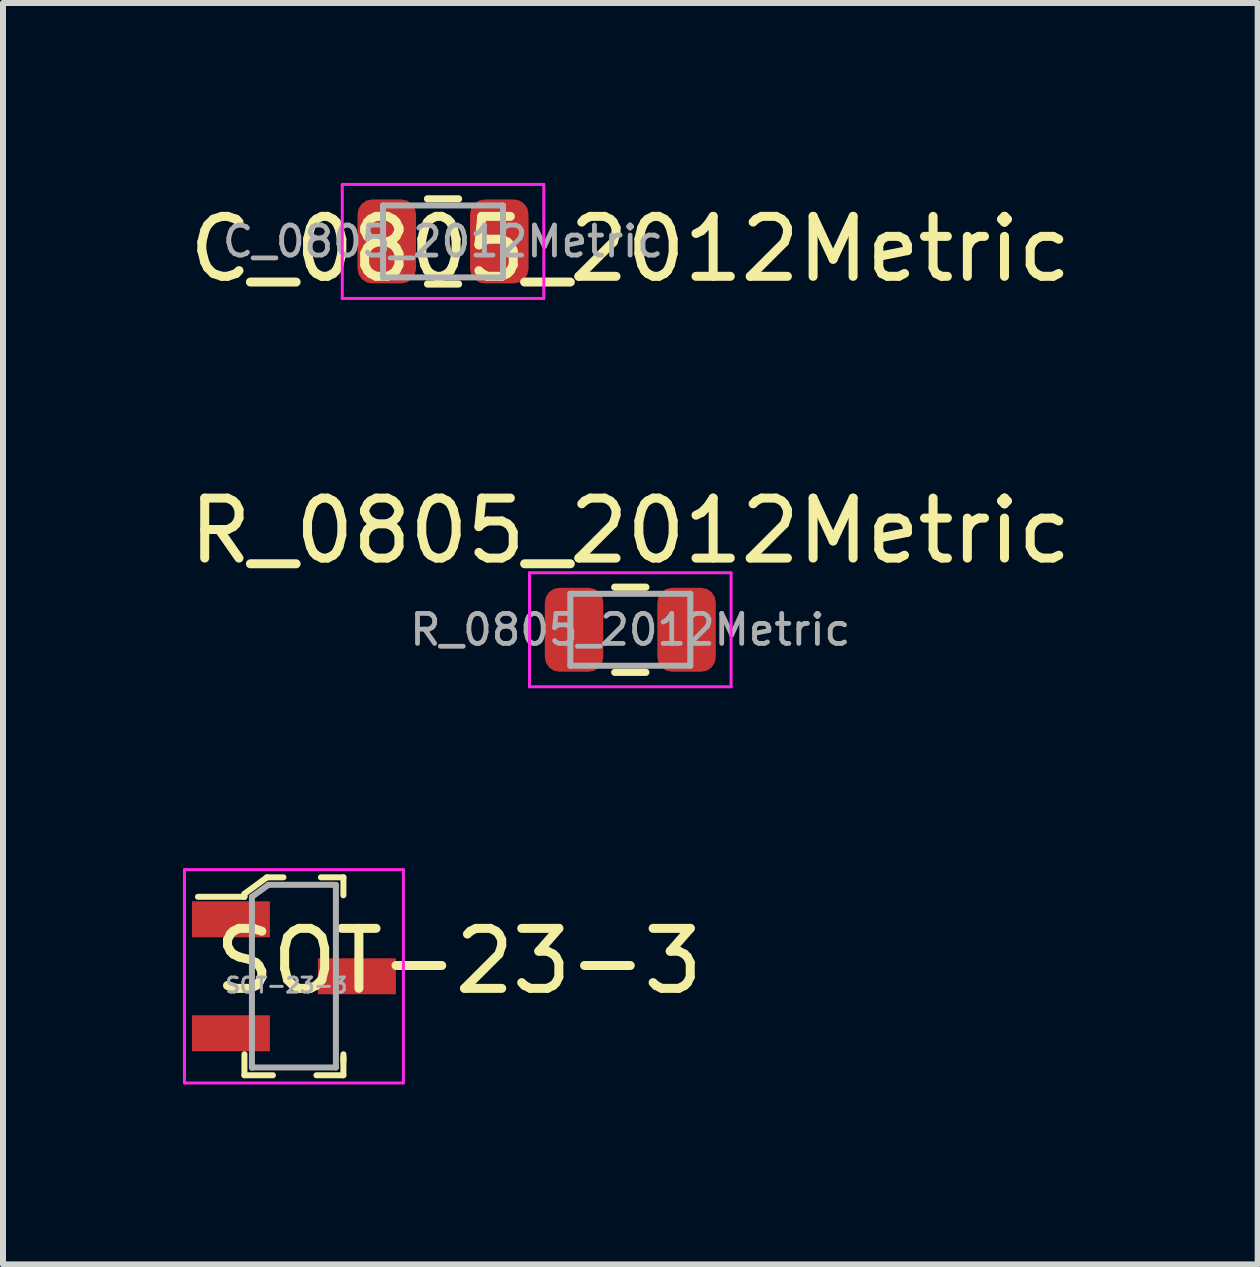
<source format=kicad_pcb>
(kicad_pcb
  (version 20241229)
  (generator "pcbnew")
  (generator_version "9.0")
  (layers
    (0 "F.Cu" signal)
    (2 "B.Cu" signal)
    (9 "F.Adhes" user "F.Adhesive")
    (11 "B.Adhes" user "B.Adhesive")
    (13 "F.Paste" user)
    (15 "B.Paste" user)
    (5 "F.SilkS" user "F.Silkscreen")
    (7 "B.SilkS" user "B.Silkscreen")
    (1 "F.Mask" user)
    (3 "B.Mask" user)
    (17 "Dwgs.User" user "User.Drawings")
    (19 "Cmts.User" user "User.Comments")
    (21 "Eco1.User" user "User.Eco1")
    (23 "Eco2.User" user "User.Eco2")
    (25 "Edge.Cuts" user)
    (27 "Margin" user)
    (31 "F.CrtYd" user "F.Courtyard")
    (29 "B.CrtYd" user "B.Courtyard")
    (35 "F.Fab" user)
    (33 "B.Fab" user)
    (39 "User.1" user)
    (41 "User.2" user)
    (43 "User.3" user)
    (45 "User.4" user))
  (footprint "C_0805_2012Metric"
    (layer "F.Cu")
    (at 4.336 0.975)
    (property "Reference" "C_0805_2012Metric" (at 3.122 0.127 0) (layer "F.SilkS") (effects (font (size 1 1) (thickness 0.15))))
    (attr smd)
    (fp_line (start -0.259 -0.71) (end 0.259 -0.71) (stroke (width 0.12) (type solid)) (layer "F.SilkS"))
    (fp_line (start -0.259 0.71) (end 0.259 0.71) (stroke (width 0.12) (type solid)) (layer "F.SilkS"))
    (fp_line (start -1.68 -0.95) (end 1.68 -0.95) (stroke (width 0.05) (type solid)) (layer "F.CrtYd"))
    (fp_line (start -1.68 0.95) (end -1.68 -0.95) (stroke (width 0.05) (type solid)) (layer "F.CrtYd"))
    (fp_line (start 1.68 -0.95) (end 1.68 0.95) (stroke (width 0.05) (type solid)) (layer "F.CrtYd"))
    (fp_line (start 1.68 0.95) (end -1.68 0.95) (stroke (width 0.05) (type solid)) (layer "F.CrtYd"))
    (fp_line (start -1 -0.6) (end 1 -0.6) (stroke (width 0.1) (type solid)) (layer "F.Fab"))
    (fp_line (start -1 0.6) (end -1 -0.6) (stroke (width 0.1) (type solid)) (layer "F.Fab"))
    (fp_line (start 1 -0.6) (end 1 0.6) (stroke (width 0.1) (type solid)) (layer "F.Fab"))
    (fp_line (start 1 0.6) (end -1 0.6) (stroke (width 0.1) (type solid)) (layer "F.Fab"))
    (fp_text user "${REFERENCE}" (at 0 0 0) (layer "F.Fab") (effects (font (size 0.5 0.5) (thickness 0.08))))
    (pad "1" smd roundrect (at -0.938 0) (size 0.975 1.4) (layers "F.Cu" "F.Mask" "F.Paste") (roundrect_rratio 0.25))
    (pad "2" smd roundrect (at 0.938 0) (size 0.975 1.4) (layers "F.Cu" "F.Mask" "F.Paste") (roundrect_rratio 0.25)))
  (footprint "SOT-23-3"
    (layer "F.Cu")
    (at 1.85 13.226)
    (property "Reference" "SOT-23-3" (at 2.75 -0.254 0) (layer "F.SilkS") (effects (font (size 1 1) (thickness 0.15))))
    (attr smd)
    (fp_line (start -0.825 -1.375) (end -0.825 -1.325) (stroke (width 0.1) (type solid)) (layer "F.SilkS"))
    (fp_line (start -0.825 -1.325) (end -1.6 -1.325) (stroke (width 0.1) (type solid)) (layer "F.SilkS"))
    (fp_line (start -0.825 1.65) (end -0.825 1.3) (stroke (width 0.1) (type solid)) (layer "F.SilkS"))
    (fp_line (start -0.45 -1.65) (end -0.825 -1.375) (stroke (width 0.1) (type solid)) (layer "F.SilkS"))
    (fp_line (start -0.35 1.65) (end -0.825 1.65) (stroke (width 0.1) (type solid)) (layer "F.SilkS"))
    (fp_line (start -0.175 -1.65) (end -0.45 -1.65) (stroke (width 0.1) (type solid)) (layer "F.SilkS"))
    (fp_line (start 0.45 -1.65) (end 0.825 -1.65) (stroke (width 0.1) (type solid)) (layer "F.SilkS"))
    (fp_line (start 0.825 -1.65) (end 0.825 -1.35) (stroke (width 0.1) (type solid)) (layer "F.SilkS"))
    (fp_line (start 0.825 1.35) (end 0.825 1.65) (stroke (width 0.1) (type solid)) (layer "F.SilkS"))
    (fp_line (start 0.825 1.425) (end 0.825 1.3) (stroke (width 0.1) (type solid)) (layer "F.SilkS"))
    (fp_line (start 0.825 1.65) (end 0.375 1.65) (stroke (width 0.1) (type solid)) (layer "F.SilkS"))
    (fp_line (start -1.825 -1.778) (end -1.825 1.778) (stroke (width 0.05) (type solid)) (layer "F.CrtYd"))
    (fp_line (start -1.825 -1.778) (end 1.825 -1.778) (stroke (width 0.05) (type solid)) (layer "F.CrtYd"))
    (fp_line (start 1.825 -1.778) (end 1.825 1.778) (stroke (width 0.05) (type solid)) (layer "F.CrtYd"))
    (fp_line (start 1.825 1.778) (end -1.825 1.778) (stroke (width 0.05) (type solid)) (layer "F.CrtYd"))
    (fp_line (start -0.7 -1.325) (end -0.7 1.525) (stroke (width 0.1) (type solid)) (layer "F.Fab"))
    (fp_line (start -0.7 1.52) (end 0.7 1.52) (stroke (width 0.1) (type solid)) (layer "F.Fab"))
    (fp_line (start -0.425 -1.525) (end -0.7 -1.325) (stroke (width 0.1) (type solid)) (layer "F.Fab"))
    (fp_line (start -0.425 -1.525) (end 0.7 -1.525) (stroke (width 0.1) (type solid)) (layer "F.Fab"))
    (fp_line (start 0.7 1.52) (end 0.7 -1.52) (stroke (width 0.1) (type solid)) (layer "F.Fab"))
    (fp_text user "${REFERENCE}" (at -0.125 0.15 0) (layer "F.Fab") (effects (font (size 0.25 0.25) (thickness 0.05))))
    (pad "1" smd rect (at -1.05 -0.95) (size 1.3 0.6) (layers "F.Cu" "F.Mask" "F.Paste"))
    (pad "2" smd rect (at -1.05 0.95) (size 1.3 0.6) (layers "F.Cu" "F.Mask" "F.Paste"))
    (pad "3" smd rect (at 1.05 0) (size 1.3 0.6) (layers "F.Cu" "F.Mask" "F.Paste")))
  (footprint "R_0805_2012Metric"
    (layer "F.Cu")
    (at 7.458 7.449)
    (property "Reference" "R_0805_2012Metric" (at 0 -1.65 0) (layer "F.SilkS") (effects (font (size 1 1) (thickness 0.15))))
    (attr smd)
    (fp_line (start -0.259 -0.71) (end 0.259 -0.71) (stroke (width 0.12) (type solid)) (layer "F.SilkS"))
    (fp_line (start -0.259 0.71) (end 0.259 0.71) (stroke (width 0.12) (type solid)) (layer "F.SilkS"))
    (fp_line (start -1.68 -0.95) (end 1.68 -0.95) (stroke (width 0.05) (type solid)) (layer "F.CrtYd"))
    (fp_line (start -1.68 0.95) (end -1.68 -0.95) (stroke (width 0.05) (type solid)) (layer "F.CrtYd"))
    (fp_line (start 1.68 -0.95) (end 1.68 0.95) (stroke (width 0.05) (type solid)) (layer "F.CrtYd"))
    (fp_line (start 1.68 0.95) (end -1.68 0.95) (stroke (width 0.05) (type solid)) (layer "F.CrtYd"))
    (fp_line (start -1 -0.6) (end 1 -0.6) (stroke (width 0.1) (type solid)) (layer "F.Fab"))
    (fp_line (start -1 0.6) (end -1 -0.6) (stroke (width 0.1) (type solid)) (layer "F.Fab"))
    (fp_line (start 1 -0.6) (end 1 0.6) (stroke (width 0.1) (type solid)) (layer "F.Fab"))
    (fp_line (start 1 0.6) (end -1 0.6) (stroke (width 0.1) (type solid)) (layer "F.Fab"))
    (fp_text user "${REFERENCE}" (at 0 0 0) (layer "F.Fab") (effects (font (size 0.5 0.5) (thickness 0.08))))
    (pad "1" smd roundrect (at -0.938 0) (size 0.975 1.4) (layers "F.Cu" "F.Mask" "F.Paste") (roundrect_rratio 0.25))
    (pad "2" smd roundrect (at 0.938 0) (size 0.975 1.4) (layers "F.Cu" "F.Mask" "F.Paste") (roundrect_rratio 0.25)))
  (gr_rect
    (start -3 -3)
    (end 17.917 18.029)
    (stroke (width 0.1) (type default))
    (fill no)
    (layer "Edge.Cuts")))
</source>
